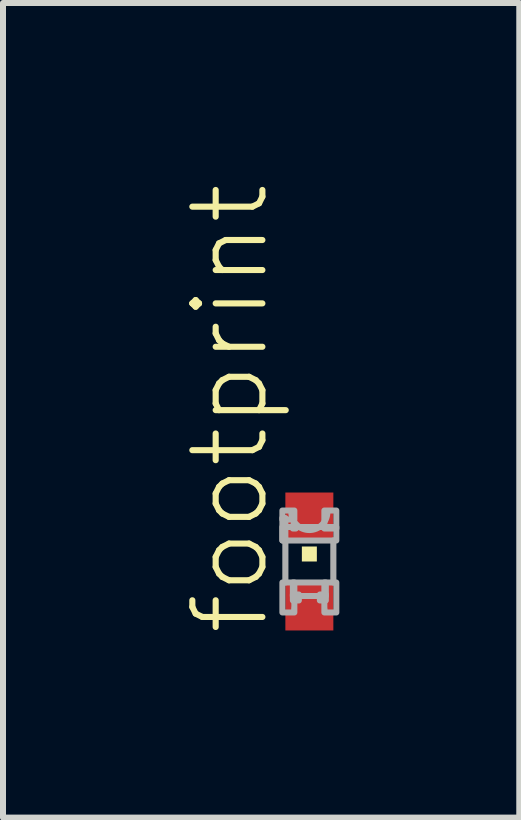
<source format=kicad_pcb>
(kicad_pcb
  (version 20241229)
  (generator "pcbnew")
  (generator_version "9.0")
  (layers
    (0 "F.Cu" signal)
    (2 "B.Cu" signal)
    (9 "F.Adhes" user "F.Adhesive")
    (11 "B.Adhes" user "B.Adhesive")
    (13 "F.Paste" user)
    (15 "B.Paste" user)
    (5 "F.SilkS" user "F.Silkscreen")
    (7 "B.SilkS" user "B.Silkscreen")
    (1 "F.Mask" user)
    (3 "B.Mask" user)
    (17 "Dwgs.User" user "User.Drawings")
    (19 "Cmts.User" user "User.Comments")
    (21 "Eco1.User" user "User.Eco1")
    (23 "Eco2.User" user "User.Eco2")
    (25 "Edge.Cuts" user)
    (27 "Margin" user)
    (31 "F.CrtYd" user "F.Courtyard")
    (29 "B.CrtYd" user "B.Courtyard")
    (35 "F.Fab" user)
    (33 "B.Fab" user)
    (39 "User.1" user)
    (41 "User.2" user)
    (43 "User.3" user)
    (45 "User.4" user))
  (footprint "footprint"
    (layer "F.Cu")
    (at 2.108 6.312)
    (property "Reference" "footprint" (at -0.635 1.27 90) (layer "F.SilkS") (effects (font (size 1.168 1.168) (thickness 0.102)) (justify left bottom)))
    (fp_poly (pts (xy -0.125 0) (xy 0.125 0) (xy 0.125 -0.25) (xy -0.125 -0.25)) (stroke (width 0) (type solid)) (fill yes) (layer "F.SilkS"))
    (fp_line (start -0.4 -0.375) (end -0.4 0.35) (stroke (width 0.102) (type solid)) (layer "F.Fab"))
    (fp_line (start 0.4 -0.35) (end 0.4 0.35) (stroke (width 0.102) (type solid)) (layer "F.Fab"))
    (fp_arc (start -0.275 0.825) (mid 0 0.55) (end 0.275 0.825) (stroke (width 0.0508) (type solid)) (layer "F.Fab"))
    (fp_arc (start 0.3 -0.825) (mid 0 -0.525) (end -0.3 -0.825) (stroke (width 0.1016) (type solid)) (layer "F.Fab"))
    (fp_circle (center -0.35 -0.625) (end -0.275 -0.625) (stroke (width 0.051) (type solid)) (fill no) (layer "F.Fab"))
    (fp_poly (pts (xy -0.45 -0.7) (xy -0.25 -0.7) (xy -0.25 -0.85) (xy -0.45 -0.85)) (stroke (width 0.1) (type solid)) (fill no) (layer "F.Fab"))
    (fp_poly (pts (xy -0.45 -0.35) (xy -0.4 -0.35) (xy -0.4 -0.725) (xy -0.45 -0.725)) (stroke (width 0.1) (type solid)) (fill no) (layer "F.Fab"))
    (fp_poly (pts (xy -0.45 -0.35) (xy 0.45 -0.35) (xy 0.45 -0.575) (xy -0.45 -0.575)) (stroke (width 0.1) (type solid)) (fill no) (layer "F.Fab"))
    (fp_poly (pts (xy -0.45 0.85) (xy -0.25 0.85) (xy -0.25 0.35) (xy -0.45 0.35)) (stroke (width 0.1) (type solid)) (fill no) (layer "F.Fab"))
    (fp_poly (pts (xy -0.275 -0.55) (xy -0.225 -0.55) (xy -0.225 -0.6) (xy -0.275 -0.6)) (stroke (width 0.1) (type solid)) (fill no) (layer "F.Fab"))
    (fp_poly (pts (xy -0.275 0.575) (xy 0.275 0.575) (xy 0.275 0.35) (xy -0.275 0.35)) (stroke (width 0.1) (type solid)) (fill no) (layer "F.Fab"))
    (fp_poly (pts (xy -0.275 0.65) (xy -0.175 0.65) (xy -0.175 0.55) (xy -0.275 0.55)) (stroke (width 0.1) (type solid)) (fill no) (layer "F.Fab"))
    (fp_poly (pts (xy 0.175 0.65) (xy 0.275 0.65) (xy 0.275 0.55) (xy 0.175 0.55)) (stroke (width 0.1) (type solid)) (fill no) (layer "F.Fab"))
    (fp_poly (pts (xy 0.25 -0.55) (xy 0.45 -0.55) (xy 0.45 -0.85) (xy 0.25 -0.85)) (stroke (width 0.1) (type solid)) (fill no) (layer "F.Fab"))
    (fp_poly (pts (xy 0.25 0.85) (xy 0.45 0.85) (xy 0.45 0.35) (xy 0.25 0.35)) (stroke (width 0.1) (type solid)) (fill no) (layer "F.Fab"))
    (pad "A" smd rect (at 0 0.75) (size 0.8 0.8) (layers "F.Cu" "F.Mask" "F.Paste"))
    (pad "C" smd rect (at 0 -0.75) (size 0.8 0.8) (layers "F.Cu" "F.Mask" "F.Paste")))
  (gr_rect
    (start -3 -3)
    (end 5.608 10.582)
    (stroke (width 0.1) (type default))
    (fill no)
    (layer "Edge.Cuts")))
</source>
